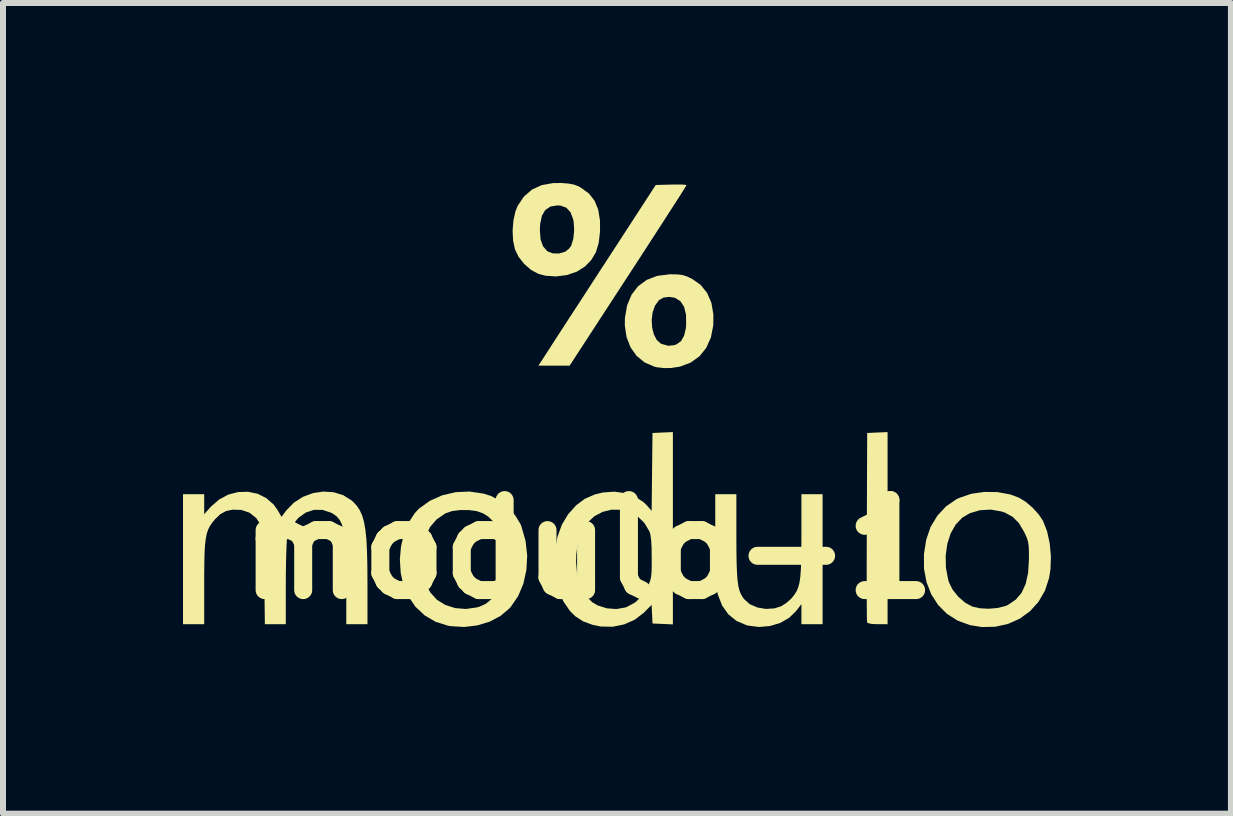
<source format=kicad_pcb>
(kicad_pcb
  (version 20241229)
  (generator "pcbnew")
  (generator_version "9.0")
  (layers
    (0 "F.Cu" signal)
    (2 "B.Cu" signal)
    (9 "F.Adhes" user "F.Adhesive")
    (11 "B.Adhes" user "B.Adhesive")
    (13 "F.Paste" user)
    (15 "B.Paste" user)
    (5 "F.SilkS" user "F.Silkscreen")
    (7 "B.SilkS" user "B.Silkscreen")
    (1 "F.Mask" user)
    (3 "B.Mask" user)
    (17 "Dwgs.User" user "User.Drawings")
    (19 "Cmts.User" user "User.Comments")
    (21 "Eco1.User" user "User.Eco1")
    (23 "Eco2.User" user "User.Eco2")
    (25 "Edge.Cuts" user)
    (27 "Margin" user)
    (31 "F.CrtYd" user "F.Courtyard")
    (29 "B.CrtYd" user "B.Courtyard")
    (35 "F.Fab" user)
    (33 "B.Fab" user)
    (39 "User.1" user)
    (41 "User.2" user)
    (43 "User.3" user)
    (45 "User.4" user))
  (footprint "modulo-1"
    (layer "F.Cu")
    (at 6.753 6.106)
    (property "Reference" "modulo-1" (at 0 0 0) (layer "F.SilkS") (effects (font (size 1.5 1.5) (thickness 0.3))))
    (attr board_only exclude_from_pos_files exclude_from_bom)
    (fp_poly (pts (xy 4.989 -0.354) (xy 4.989 1.247) (xy 4.825 1.247) (xy 4.719 1.242) (xy 4.66 1.227) (xy 4.648 1.216) (xy 4.646 1.186) (xy 4.644 1.11) (xy 4.643 0.992) (xy 4.642 0.837) (xy 4.641 0.649) (xy 4.641 0.433) (xy 4.641 0.193) (xy 4.642 -0.067) (xy 4.642 -0.342) (xy 4.643 -0.378) (xy 4.649 -1.94) (xy 4.819 -1.948) (xy 4.989 -1.955)) (stroke (width 0) (type solid)) (fill yes) (layer "F.SilkS"))
    (fp_poly (pts (xy 1.573 -6.08) (xy 1.626 -6.075) (xy 1.638 -6.07) (xy 1.624 -6.047) (xy 1.586 -5.985) (xy 1.524 -5.887) (xy 1.441 -5.758) (xy 1.339 -5.6) (xy 1.221 -5.416) (xy 1.088 -5.211) (xy 0.944 -4.988) (xy 0.789 -4.75) (xy 0.664 -4.558) (xy -0.31 -3.062) (xy -0.57 -3.062) (xy -0.83 -3.062) (xy -0.655 -3.332) (xy -0.609 -3.404) (xy -0.538 -3.514) (xy -0.446 -3.655) (xy -0.336 -3.825) (xy -0.211 -4.017) (xy -0.074 -4.227) (xy 0.071 -4.451) (xy 0.221 -4.682) (xy 0.323 -4.838) (xy 1.125 -6.073) (xy 1.382 -6.08) (xy 1.488 -6.081)) (stroke (width 0) (type solid)) (fill yes) (layer "F.SilkS"))
    (fp_poly (pts (xy -0.323 -6.096) (xy -0.235 -6.079) (xy -0.161 -6.05) (xy -0.116 -6.025) (xy 0.014 -5.929) (xy 0.107 -5.809) (xy 0.167 -5.661) (xy 0.196 -5.481) (xy 0.197 -5.299) (xy 0.175 -5.108) (xy 0.128 -4.952) (xy 0.05 -4.822) (xy -0.055 -4.714) (xy -0.191 -4.628) (xy -0.356 -4.572) (xy -0.534 -4.549) (xy -0.713 -4.561) (xy -0.83 -4.592) (xy -0.952 -4.657) (xy -1.067 -4.757) (xy -1.162 -4.878) (xy -1.221 -5) (xy -1.252 -5.144) (xy -1.26 -5.309) (xy -1.26 -5.316) (xy -0.806 -5.316) (xy -0.794 -5.166) (xy -0.755 -5.054) (xy -0.687 -4.974) (xy -0.675 -4.966) (xy -0.59 -4.933) (xy -0.486 -4.931) (xy -0.386 -4.96) (xy -0.382 -4.962) (xy -0.321 -5.01) (xy -0.283 -5.062) (xy -0.248 -5.18) (xy -0.234 -5.32) (xy -0.243 -5.46) (xy -0.252 -5.504) (xy -0.296 -5.621) (xy -0.365 -5.695) (xy -0.461 -5.729) (xy -0.514 -5.733) (xy -0.629 -5.714) (xy -0.715 -5.657) (xy -0.772 -5.56) (xy -0.801 -5.422) (xy -0.806 -5.316) (xy -1.26 -5.316) (xy -1.247 -5.478) (xy -1.214 -5.631) (xy -1.177 -5.724) (xy -1.072 -5.88) (xy -0.938 -5.996) (xy -0.775 -6.071) (xy -0.583 -6.105) (xy -0.442 -6.106)) (stroke (width 0) (type solid)) (fill yes) (layer "F.SilkS"))
    (fp_poly (pts (xy 1.487 -4.583) (xy 1.569 -4.573) (xy 1.643 -4.55) (xy 1.728 -4.51) (xy 1.728 -4.51) (xy 1.873 -4.409) (xy 1.981 -4.275) (xy 2.053 -4.109) (xy 2.086 -3.915) (xy 2.084 -3.736) (xy 2.045 -3.533) (xy 1.967 -3.359) (xy 1.854 -3.218) (xy 1.707 -3.113) (xy 1.529 -3.046) (xy 1.379 -3.023) (xy 1.26 -3.022) (xy 1.145 -3.035) (xy 1.104 -3.045) (xy 0.941 -3.115) (xy 0.807 -3.224) (xy 0.706 -3.366) (xy 0.639 -3.537) (xy 0.61 -3.731) (xy 0.611 -3.825) (xy 1.058 -3.825) (xy 1.065 -3.699) (xy 1.094 -3.583) (xy 1.143 -3.489) (xy 1.212 -3.428) (xy 1.22 -3.425) (xy 1.333 -3.393) (xy 1.435 -3.404) (xy 1.473 -3.418) (xy 1.548 -3.473) (xy 1.598 -3.561) (xy 1.627 -3.687) (xy 1.632 -3.743) (xy 1.63 -3.912) (xy 1.597 -4.044) (xy 1.534 -4.139) (xy 1.443 -4.194) (xy 1.348 -4.208) (xy 1.255 -4.197) (xy 1.185 -4.157) (xy 1.174 -4.147) (xy 1.112 -4.061) (xy 1.073 -3.949) (xy 1.058 -3.825) (xy 0.611 -3.825) (xy 0.612 -3.858) (xy 0.648 -4.067) (xy 0.722 -4.244) (xy 0.831 -4.386) (xy 0.974 -4.491) (xy 1.148 -4.558) (xy 1.352 -4.584) (xy 1.375 -4.585)) (stroke (width 0) (type solid)) (fill yes) (layer "F.SilkS"))
    (fp_poly (pts (xy 2.469 -0.206) (xy 2.47 0.033) (xy 2.473 0.228) (xy 2.479 0.384) (xy 2.488 0.508) (xy 2.501 0.605) (xy 2.519 0.682) (xy 2.544 0.743) (xy 2.574 0.796) (xy 2.6 0.831) (xy 2.694 0.914) (xy 2.819 0.968) (xy 2.959 0.992) (xy 3.103 0.983) (xy 3.215 0.948) (xy 3.295 0.898) (xy 3.375 0.829) (xy 3.398 0.803) (xy 3.441 0.748) (xy 3.475 0.692) (xy 3.501 0.628) (xy 3.521 0.552) (xy 3.535 0.455) (xy 3.544 0.333) (xy 3.55 0.179) (xy 3.552 -0.014) (xy 3.553 -0.231) (xy 3.553 -0.92) (xy 3.729 -0.92) (xy 3.906 -0.92) (xy 3.906 0.164) (xy 3.906 1.247) (xy 3.729 1.247) (xy 3.553 1.247) (xy 3.553 1.08) (xy 3.553 0.912) (xy 3.465 1.027) (xy 3.348 1.141) (xy 3.199 1.226) (xy 3.028 1.277) (xy 2.846 1.293) (xy 2.665 1.27) (xy 2.638 1.263) (xy 2.471 1.192) (xy 2.334 1.081) (xy 2.23 0.933) (xy 2.159 0.749) (xy 2.142 0.671) (xy 2.135 0.61) (xy 2.129 0.507) (xy 2.124 0.37) (xy 2.12 0.206) (xy 2.118 0.023) (xy 2.117 -0.171) (xy 2.117 -0.192) (xy 2.117 -0.92) (xy 2.293 -0.92) (xy 2.469 -0.92)) (stroke (width 0) (type solid)) (fill yes) (layer "F.SilkS"))
    (fp_poly (pts (xy 6.821 -0.955) (xy 7.032 -0.916) (xy 7.176 -0.863) (xy 7.291 -0.793) (xy 7.408 -0.693) (xy 7.511 -0.579) (xy 7.58 -0.474) (xy 7.647 -0.303) (xy 7.691 -0.101) (xy 7.711 0.115) (xy 7.704 0.329) (xy 7.682 0.471) (xy 7.613 0.686) (xy 7.504 0.874) (xy 7.362 1.031) (xy 7.191 1.155) (xy 6.996 1.242) (xy 6.784 1.289) (xy 6.559 1.294) (xy 6.363 1.262) (xy 6.156 1.187) (xy 5.978 1.074) (xy 5.831 0.926) (xy 5.717 0.749) (xy 5.638 0.546) (xy 5.596 0.322) (xy 5.595 0.103) (xy 5.957 0.103) (xy 5.961 0.304) (xy 5.999 0.505) (xy 6.014 0.553) (xy 6.074 0.673) (xy 6.169 0.79) (xy 6.283 0.889) (xy 6.402 0.953) (xy 6.402 0.953) (xy 6.525 0.981) (xy 6.67 0.989) (xy 6.817 0.977) (xy 6.946 0.946) (xy 6.996 0.925) (xy 7.125 0.837) (xy 7.223 0.722) (xy 7.291 0.574) (xy 7.331 0.391) (xy 7.345 0.167) (xy 7.345 0.151) (xy 7.344 0.026) (xy 7.34 -0.064) (xy 7.329 -0.132) (xy 7.309 -0.195) (xy 7.277 -0.266) (xy 7.262 -0.296) (xy 7.177 -0.439) (xy 7.077 -0.54) (xy 6.954 -0.609) (xy 6.889 -0.632) (xy 6.709 -0.663) (xy 6.528 -0.653) (xy 6.36 -0.603) (xy 6.235 -0.53) (xy 6.125 -0.415) (xy 6.04 -0.266) (xy 5.984 -0.09) (xy 5.957 0.103) (xy 5.595 0.103) (xy 5.595 0.081) (xy 5.633 -0.162) (xy 5.706 -0.375) (xy 5.819 -0.562) (xy 5.965 -0.719) (xy 6.14 -0.838) (xy 6.182 -0.858) (xy 6.382 -0.926) (xy 6.6 -0.958)) (stroke (width 0) (type solid)) (fill yes) (layer "F.SilkS"))
    (fp_poly (pts (xy 1.411 -0.353) (xy 1.411 1.25) (xy 1.241 1.242) (xy 1.071 1.235) (xy 1.064 1.08) (xy 1.056 0.925) (xy 0.925 1.057) (xy 0.775 1.172) (xy 0.599 1.25) (xy 0.406 1.289) (xy 0.207 1.285) (xy 0.078 1.259) (xy -0.085 1.199) (xy -0.215 1.115) (xy -0.304 1.027) (xy -0.415 0.865) (xy -0.496 0.673) (xy -0.546 0.459) (xy -0.565 0.234) (xy -0.564 0.211) (xy -0.202 0.211) (xy -0.184 0.431) (xy -0.133 0.618) (xy -0.047 0.769) (xy 0.071 0.883) (xy 0.159 0.934) (xy 0.31 0.982) (xy 0.468 0.994) (xy 0.615 0.969) (xy 0.648 0.957) (xy 0.788 0.88) (xy 0.897 0.774) (xy 0.981 0.639) (xy 1.012 0.574) (xy 1.033 0.52) (xy 1.047 0.463) (xy 1.054 0.393) (xy 1.058 0.299) (xy 1.058 0.167) (xy 1.058 0.138) (xy 1.056 -0.029) (xy 1.049 -0.153) (xy 1.037 -0.242) (xy 1.021 -0.298) (xy 0.936 -0.441) (xy 0.823 -0.55) (xy 0.689 -0.623) (xy 0.542 -0.66) (xy 0.39 -0.662) (xy 0.241 -0.626) (xy 0.104 -0.554) (xy -0.015 -0.444) (xy -0.068 -0.368) (xy -0.136 -0.231) (xy -0.178 -0.083) (xy -0.199 0.091) (xy -0.202 0.211) (xy -0.564 0.211) (xy -0.554 0.007) (xy -0.512 -0.211) (xy -0.439 -0.412) (xy -0.336 -0.584) (xy -0.201 -0.735) (xy -0.057 -0.843) (xy 0.108 -0.915) (xy 0.243 -0.948) (xy 0.433 -0.962) (xy 0.617 -0.938) (xy 0.784 -0.878) (xy 0.925 -0.785) (xy 0.97 -0.741) (xy 1.057 -0.643) (xy 1.064 -1.292) (xy 1.071 -1.94) (xy 1.241 -1.948) (xy 1.411 -1.955)) (stroke (width 0) (type solid)) (fill yes) (layer "F.SilkS"))
    (fp_poly (pts (xy -1.747 -0.93) (xy -1.621 -0.891) (xy -1.477 -0.815) (xy -1.338 -0.702) (xy -1.217 -0.567) (xy -1.129 -0.422) (xy -1.112 -0.38) (xy -1.044 -0.141) (xy -1.017 0.103) (xy -1.03 0.342) (xy -1.08 0.57) (xy -1.167 0.777) (xy -1.29 0.957) (xy -1.311 0.981) (xy -1.462 1.109) (xy -1.644 1.205) (xy -1.85 1.267) (xy -2.068 1.293) (xy -2.291 1.279) (xy -2.339 1.271) (xy -2.545 1.206) (xy -2.727 1.099) (xy -2.88 0.955) (xy -3.001 0.777) (xy -3.086 0.57) (xy -3.125 0.391) (xy -3.139 0.169) (xy -3.135 0.12) (xy -2.767 0.12) (xy -2.766 0.309) (xy -2.743 0.465) (xy -2.696 0.602) (xy -2.629 0.721) (xy -2.521 0.84) (xy -2.381 0.926) (xy -2.218 0.978) (xy -2.04 0.993) (xy -1.857 0.967) (xy -1.822 0.958) (xy -1.707 0.907) (xy -1.606 0.823) (xy -1.592 0.808) (xy -1.519 0.724) (xy -1.468 0.646) (xy -1.433 0.564) (xy -1.413 0.465) (xy -1.403 0.338) (xy -1.4 0.176) (xy -1.4 0.036) (xy -1.404 -0.065) (xy -1.412 -0.14) (xy -1.426 -0.2) (xy -1.447 -0.257) (xy -1.457 -0.277) (xy -1.547 -0.43) (xy -1.664 -0.545) (xy -1.751 -0.6) (xy -1.858 -0.638) (xy -1.993 -0.656) (xy -2.137 -0.656) (xy -2.272 -0.638) (xy -2.379 -0.601) (xy -2.381 -0.6) (xy -2.527 -0.5) (xy -2.636 -0.373) (xy -2.711 -0.214) (xy -2.755 -0.021) (xy -2.767 0.12) (xy -3.135 0.12) (xy -3.12 -0.05) (xy -3.07 -0.259) (xy -2.993 -0.447) (xy -2.891 -0.604) (xy -2.822 -0.678) (xy -2.639 -0.81) (xy -2.432 -0.902) (xy -2.208 -0.954) (xy -1.977 -0.964)) (stroke (width 0) (type solid)) (fill yes) (layer "F.SilkS"))
    (fp_poly (pts (xy -4.244 -0.953) (xy -4.084 -0.904) (xy -3.943 -0.816) (xy -3.914 -0.789) (xy -3.855 -0.725) (xy -3.807 -0.652) (xy -3.767 -0.565) (xy -3.737 -0.46) (xy -3.714 -0.33) (xy -3.697 -0.171) (xy -3.687 0.022) (xy -3.681 0.254) (xy -3.679 0.532) (xy -3.679 0.548) (xy -3.679 1.247) (xy -3.855 1.247) (xy -4.032 1.247) (xy -4.032 0.598) (xy -4.034 0.33) (xy -4.038 0.108) (xy -4.047 -0.074) (xy -4.061 -0.221) (xy -4.081 -0.336) (xy -4.109 -0.426) (xy -4.145 -0.495) (xy -4.19 -0.548) (xy -4.245 -0.589) (xy -4.284 -0.611) (xy -4.428 -0.659) (xy -4.572 -0.659) (xy -4.709 -0.613) (xy -4.831 -0.525) (xy -4.907 -0.433) (xy -4.958 -0.347) (xy -4.999 -0.26) (xy -5.014 -0.219) (xy -5.021 -0.168) (xy -5.027 -0.073) (xy -5.032 0.058) (xy -5.036 0.218) (xy -5.039 0.4) (xy -5.04 0.561) (xy -5.04 1.247) (xy -5.214 1.247) (xy -5.389 1.247) (xy -5.398 0.472) (xy -5.401 0.247) (xy -5.404 0.066) (xy -5.408 -0.075) (xy -5.413 -0.183) (xy -5.419 -0.264) (xy -5.427 -0.322) (xy -5.438 -0.364) (xy -5.448 -0.392) (xy -5.533 -0.523) (xy -5.645 -0.612) (xy -5.782 -0.658) (xy -5.926 -0.662) (xy -6.036 -0.639) (xy -6.13 -0.588) (xy -6.22 -0.502) (xy -6.266 -0.446) (xy -6.303 -0.392) (xy -6.333 -0.334) (xy -6.356 -0.266) (xy -6.373 -0.181) (xy -6.386 -0.074) (xy -6.394 0.062) (xy -6.398 0.233) (xy -6.4 0.445) (xy -6.4 0.581) (xy -6.4 1.247) (xy -6.577 1.247) (xy -6.753 1.247) (xy -6.753 0.164) (xy -6.753 -0.92) (xy -6.577 -0.92) (xy -6.4 -0.92) (xy -6.4 -0.753) (xy -6.4 -0.587) (xy -6.288 -0.712) (xy -6.151 -0.832) (xy -5.997 -0.914) (xy -5.833 -0.956) (xy -5.668 -0.96) (xy -5.509 -0.927) (xy -5.365 -0.855) (xy -5.242 -0.747) (xy -5.178 -0.657) (xy -5.111 -0.543) (xy -5.031 -0.65) (xy -4.904 -0.78) (xy -4.754 -0.876) (xy -4.588 -0.938) (xy -4.415 -0.964)) (stroke (width 0) (type solid)) (fill yes) (layer "F.SilkS")))
  (gr_rect
    (start -3 -3)
    (end 17.464 10.51)
    (stroke (width 0.1) (type default))
    (fill no)
    (layer "Edge.Cuts")))
</source>
